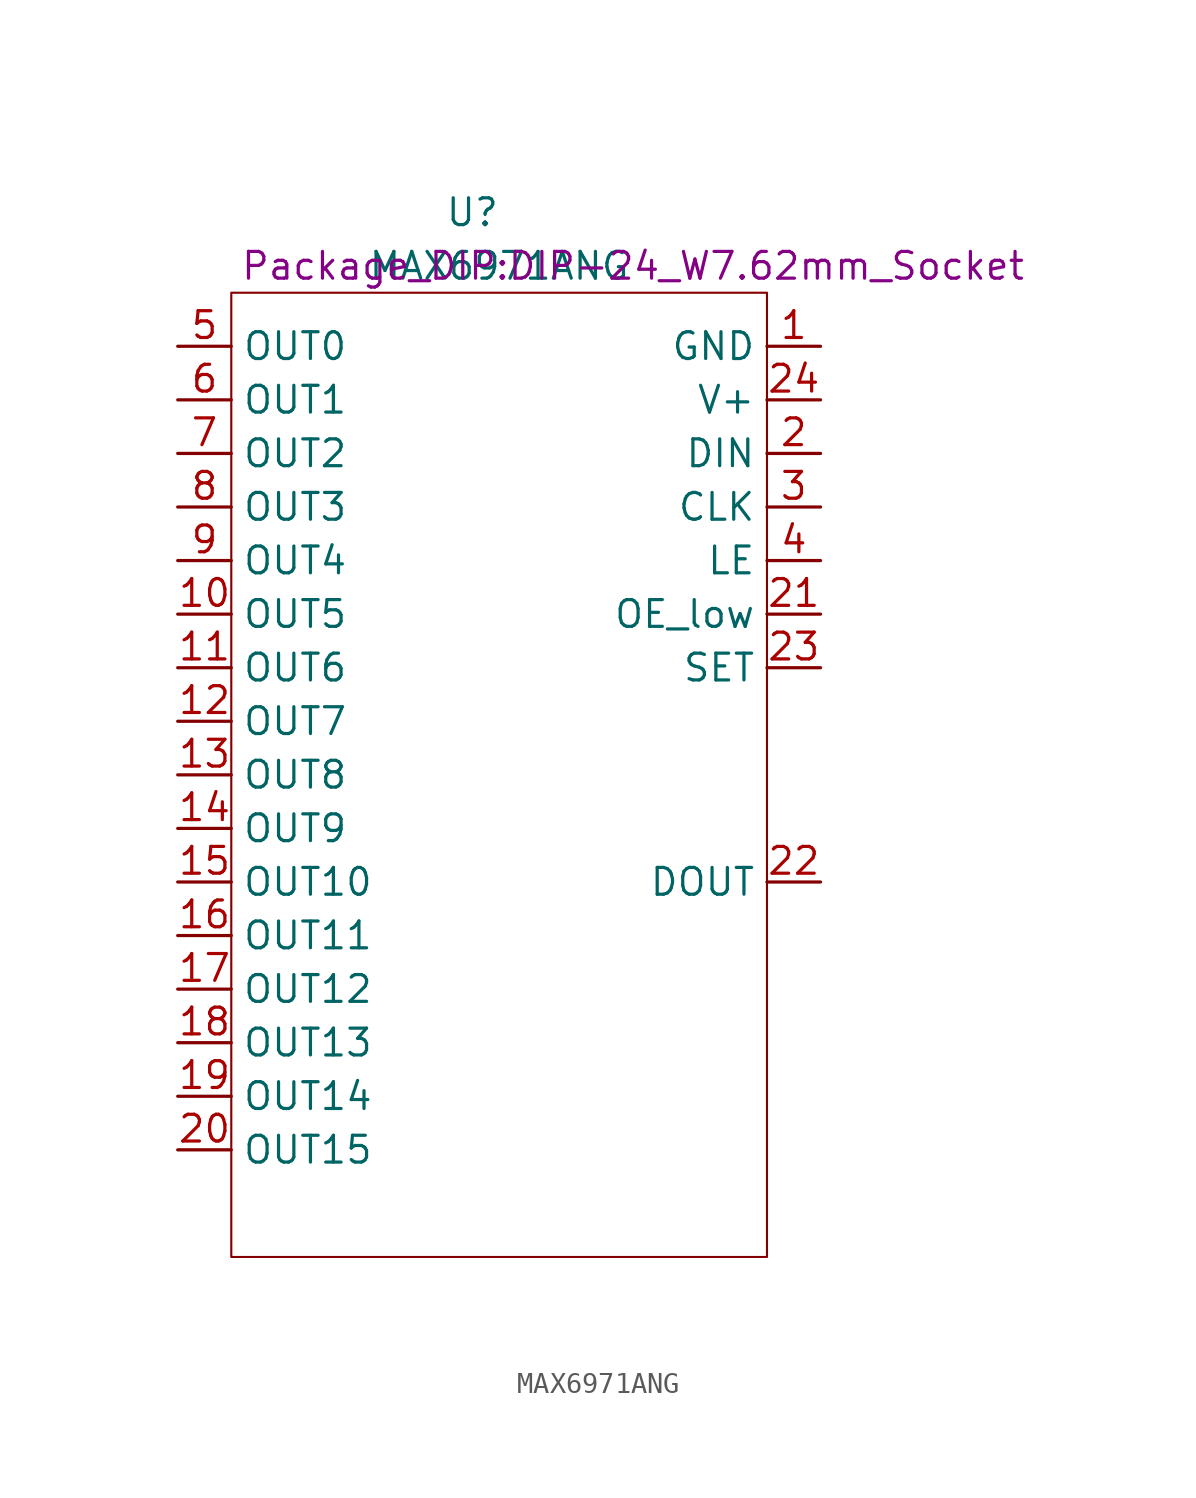
<source format=kicad_sym>
(kicad_symbol_lib
  (version 20211014)
  (generator kicad_symbol_editor)
  (symbol "MAX6971ANG"
    (property "Reference" "U"
      (at -1.27 26.67 0)
      (effects (font (size 1.27 1.27))))
    (property "Value" "MAX6971ANG"
      (at 0 24.13 0)
      (effects (font (size 1.27 1.27))))
    (property "Footprint" "Package_DIP:DIP-24_W7.62mm_Socket"
      (at 6.35 24.13 0)
      (effects (font (size 1.27 1.27))))
    (symbol "MAX6971ANG_0_1"
      (rectangle (start -12.7 22.86) (end 12.7 -22.86) (stroke (width 0.1) (type default) (color 0 0 0 0)) (fill (type none))))
    (symbol "MAX6971ANG_1_1"
      (pin power_in line (at 15.24 20.32 180) (length 2.54) (name "GND" (effects (font (size 1.27 1.27)))) (number "1" (effects (font (size 1.27 1.27)))))
      (pin output line (at -15.24 7.62 0) (length 2.54) (name "OUT5" (effects (font (size 1.27 1.27)))) (number "10" (effects (font (size 1.27 1.27)))))
      (pin output line (at -15.24 5.08 0) (length 2.54) (name "OUT6" (effects (font (size 1.27 1.27)))) (number "11" (effects (font (size 1.27 1.27)))))
      (pin output line (at -15.24 2.54 0) (length 2.54) (name "OUT7" (effects (font (size 1.27 1.27)))) (number "12" (effects (font (size 1.27 1.27)))))
      (pin output line (at -15.24 0 0) (length 2.54) (name "OUT8" (effects (font (size 1.27 1.27)))) (number "13" (effects (font (size 1.27 1.27)))))
      (pin output line (at -15.24 -2.54 0) (length 2.54) (name "OUT9" (effects (font (size 1.27 1.27)))) (number "14" (effects (font (size 1.27 1.27)))))
      (pin output line (at -15.24 -5.08 0) (length 2.54) (name "OUT10" (effects (font (size 1.27 1.27)))) (number "15" (effects (font (size 1.27 1.27)))))
      (pin output line (at -15.24 -7.62 0) (length 2.54) (name "OUT11" (effects (font (size 1.27 1.27)))) (number "16" (effects (font (size 1.27 1.27)))))
      (pin output line (at -15.24 -10.16 0) (length 2.54) (name "OUT12" (effects (font (size 1.27 1.27)))) (number "17" (effects (font (size 1.27 1.27)))))
      (pin output line (at -15.24 -12.7 0) (length 2.54) (name "OUT13" (effects (font (size 1.27 1.27)))) (number "18" (effects (font (size 1.27 1.27)))))
      (pin output line (at -15.24 -15.24 0) (length 2.54) (name "OUT14" (effects (font (size 1.27 1.27)))) (number "19" (effects (font (size 1.27 1.27)))))
      (pin input line (at 15.24 15.24 180) (length 2.54) (name "DIN" (effects (font (size 1.27 1.27)))) (number "2" (effects (font (size 1.27 1.27)))))
      (pin output line (at -15.24 -17.78 0) (length 2.54) (name "OUT15" (effects (font (size 1.27 1.27)))) (number "20" (effects (font (size 1.27 1.27)))))
      (pin input line (at 15.24 7.62 180) (length 2.54) (name "OE_low" (effects (font (size 1.27 1.27)))) (number "21" (effects (font (size 1.27 1.27)))))
      (pin output line (at 15.24 -5.08 180) (length 2.54) (name "DOUT" (effects (font (size 1.27 1.27)))) (number "22" (effects (font (size 1.27 1.27)))))
      (pin input line (at 15.24 5.08 180) (length 2.54) (name "SET" (effects (font (size 1.27 1.27)))) (number "23" (effects (font (size 1.27 1.27)))))
      (pin power_in line (at 15.24 17.78 180) (length 2.54) (name "V+" (effects (font (size 1.27 1.27)))) (number "24" (effects (font (size 1.27 1.27)))))
      (pin input line (at 15.24 12.7 180) (length 2.54) (name "CLK" (effects (font (size 1.27 1.27)))) (number "3" (effects (font (size 1.27 1.27)))))
      (pin input line (at 15.24 10.16 180) (length 2.54) (name "LE" (effects (font (size 1.27 1.27)))) (number "4" (effects (font (size 1.27 1.27)))))
      (pin output line (at -15.24 20.32 0) (length 2.54) (name "OUT0" (effects (font (size 1.27 1.27)))) (number "5" (effects (font (size 1.27 1.27)))))
      (pin output line (at -15.24 17.78 0) (length 2.54) (name "OUT1" (effects (font (size 1.27 1.27)))) (number "6" (effects (font (size 1.27 1.27)))))
      (pin output line (at -15.24 15.24 0) (length 2.54) (name "OUT2" (effects (font (size 1.27 1.27)))) (number "7" (effects (font (size 1.27 1.27)))))
      (pin output line (at -15.24 12.7 0) (length 2.54) (name "OUT3" (effects (font (size 1.27 1.27)))) (number "8" (effects (font (size 1.27 1.27)))))
      (pin output line (at -15.24 10.16 0) (length 2.54) (name "OUT4" (effects (font (size 1.27 1.27)))) (number "9" (effects (font (size 1.27 1.27))))))))
</source>
